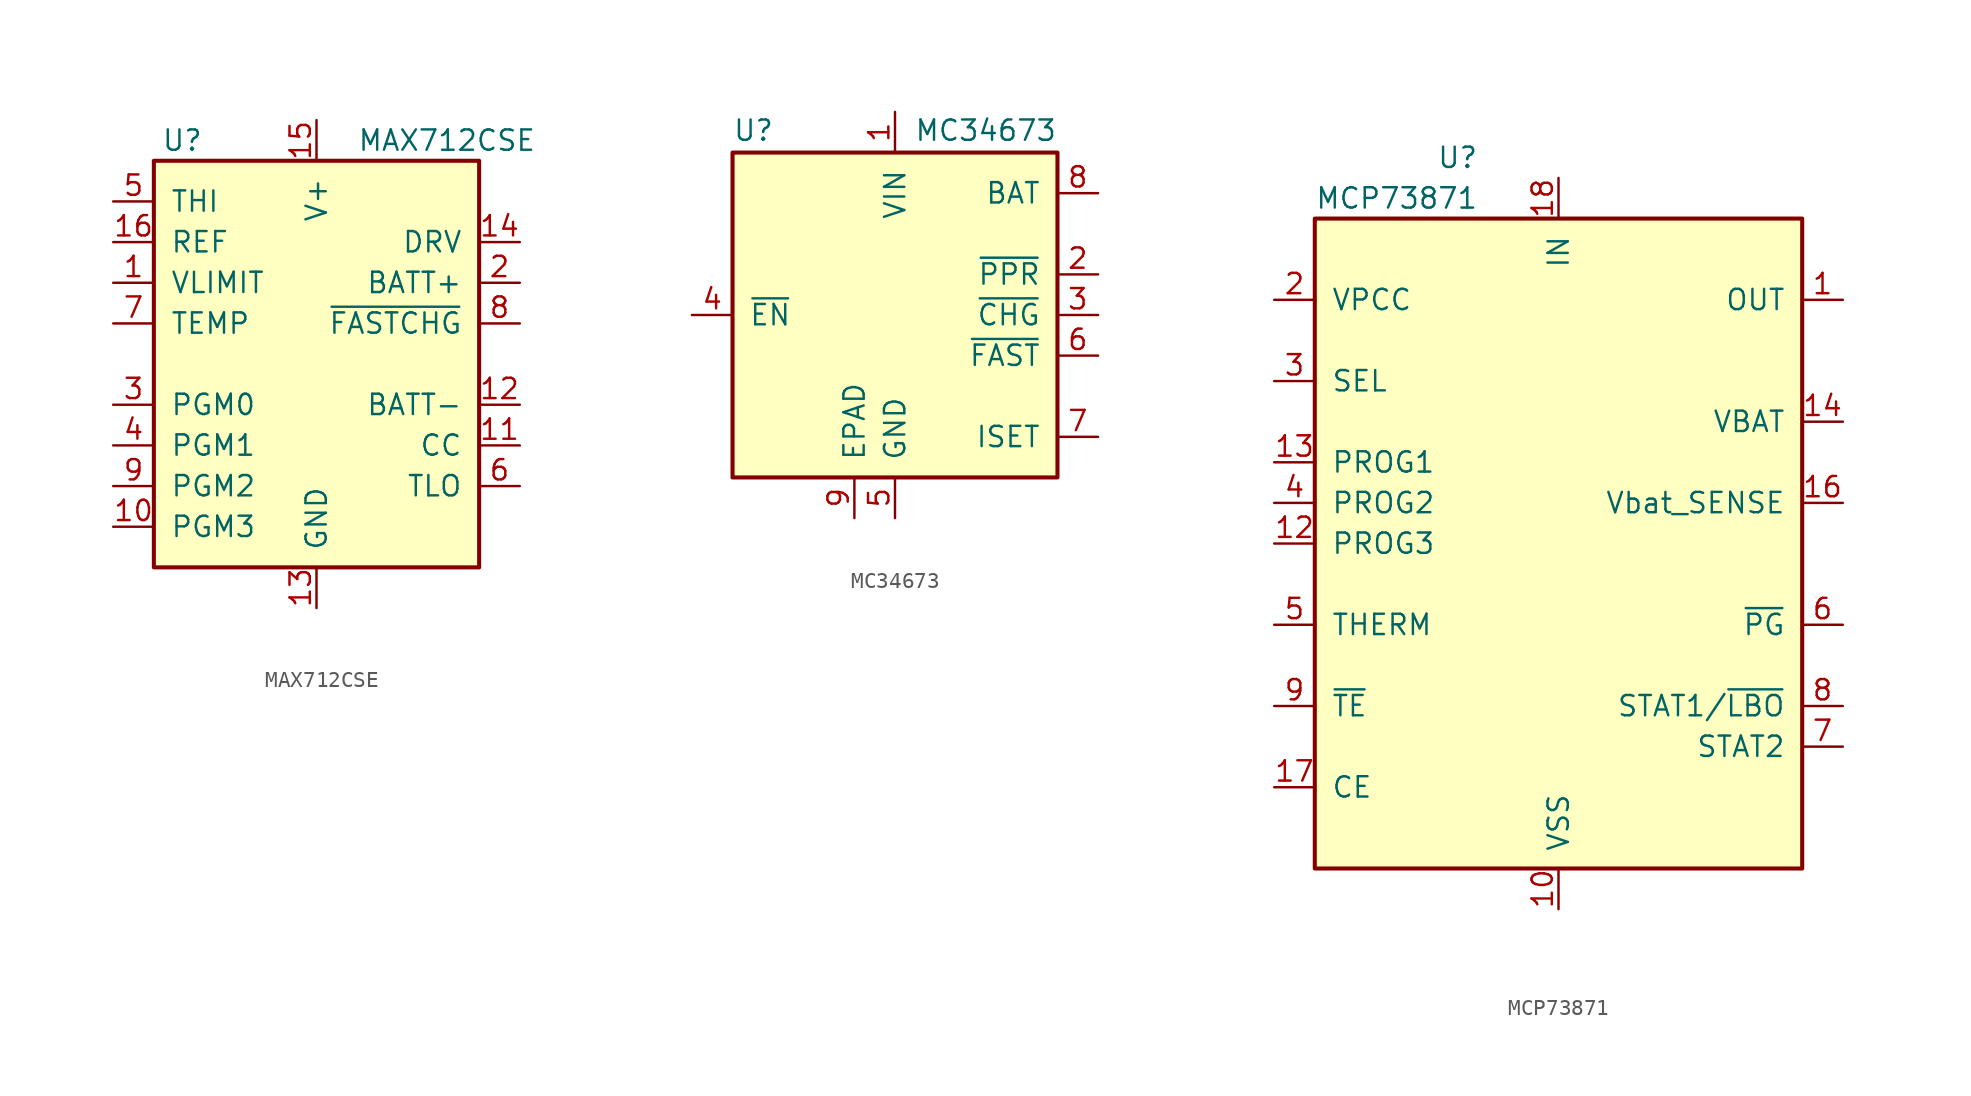
<source format=kicad_sym>
(kicad_symbol_lib
  (version 20201005)
  (generator kicad_symbol_editor)
  (symbol "Battery_Management:MAX712CSE"
    (pin_names
      (offset 1.016))
    (property "Reference" "U"
      (at -8.382 13.97 0)
      (effects (font (size 1.27 1.27))))
    (property "Value" "MAX712CSE"
      (at 2.54 13.97 0)
      (effects (font (size 1.27 1.27)) (justify left)))
    (symbol "MAX712CSE_0_1"
      (rectangle (start -10.16 12.7) (end 10.16 -12.7) (stroke (width 0.254)) (fill (type background))))
    (symbol "MAX712CSE_1_1"
      (pin input line (at -12.7 5.08 0) (length 2.54) (name "VLIMIT" (effects (font (size 1.27 1.27)))) (number "1" (effects (font (size 1.27 1.27)))))
      (pin input line (at -12.7 -10.16 0) (length 2.54) (name "PGM3" (effects (font (size 1.27 1.27)))) (number "10" (effects (font (size 1.27 1.27)))))
      (pin input line (at 12.7 -5.08 180) (length 2.54) (name "CC" (effects (font (size 1.27 1.27)))) (number "11" (effects (font (size 1.27 1.27)))))
      (pin input line (at 12.7 -2.54 180) (length 2.54) (name "BATT-" (effects (font (size 1.27 1.27)))) (number "12" (effects (font (size 1.27 1.27)))))
      (pin power_in line (at 0 -15.24 90) (length 2.54) (name "GND" (effects (font (size 1.27 1.27)))) (number "13" (effects (font (size 1.27 1.27)))))
      (pin output line (at 12.7 7.62 180) (length 2.54) (name "DRV" (effects (font (size 1.27 1.27)))) (number "14" (effects (font (size 1.27 1.27)))))
      (pin power_in line (at 0 15.24 270) (length 2.54) (name "V+" (effects (font (size 1.27 1.27)))) (number "15" (effects (font (size 1.27 1.27)))))
      (pin power_in line (at -12.7 7.62 0) (length 2.54) (name "REF" (effects (font (size 1.27 1.27)))) (number "16" (effects (font (size 1.27 1.27)))))
      (pin power_out line (at 12.7 5.08 180) (length 2.54) (name "BATT+" (effects (font (size 1.27 1.27)))) (number "2" (effects (font (size 1.27 1.27)))))
      (pin power_out line (at -12.7 -2.54 0) (length 2.54) (name "PGM0" (effects (font (size 1.27 1.27)))) (number "3" (effects (font (size 1.27 1.27)))))
      (pin power_out line (at -12.7 -5.08 0) (length 2.54) (name "PGM1" (effects (font (size 1.27 1.27)))) (number "4" (effects (font (size 1.27 1.27)))))
      (pin input line (at -12.7 10.16 0) (length 2.54) (name "THI" (effects (font (size 1.27 1.27)))) (number "5" (effects (font (size 1.27 1.27)))))
      (pin input line (at 12.7 -7.62 180) (length 2.54) (name "TLO" (effects (font (size 1.27 1.27)))) (number "6" (effects (font (size 1.27 1.27)))))
      (pin input line (at -12.7 2.54 0) (length 2.54) (name "TEMP" (effects (font (size 1.27 1.27)))) (number "7" (effects (font (size 1.27 1.27)))))
      (pin open_collector line (at 12.7 2.54 180) (length 2.54) (name "~FASTCHG" (effects (font (size 1.27 1.27)))) (number "8" (effects (font (size 1.27 1.27)))))
      (pin input line (at -12.7 -7.62 0) (length 2.54) (name "PGM2" (effects (font (size 1.27 1.27)))) (number "9" (effects (font (size 1.27 1.27)))))))
  (symbol "Battery_Management:MC34673"
    (pin_names
      (offset 1.016))
    (property "Reference" "U"
      (at -10.16 10.795 0)
      (effects (font (size 1.27 1.27)) (justify left bottom)))
    (property "Value" "MC34673"
      (at 10.16 10.795 0)
      (effects (font (size 1.27 1.27)) (justify right bottom)))
    (symbol "MC34673_0_1"
      (rectangle (start -10.16 10.16) (end 10.16 -10.16) (stroke (width 0.254)) (fill (type background))))
    (symbol "MC34673_1_1"
      (pin power_in line (at 0 12.7 270) (length 2.54) (name "VIN" (effects (font (size 1.27 1.27)))) (number "1" (effects (font (size 1.27 1.27)))))
      (pin open_collector line (at 12.7 2.54 180) (length 2.54) (name "~PPR~" (effects (font (size 1.27 1.27)))) (number "2" (effects (font (size 1.27 1.27)))))
      (pin open_collector line (at 12.7 0 180) (length 2.54) (name "~CHG~" (effects (font (size 1.27 1.27)))) (number "3" (effects (font (size 1.27 1.27)))))
      (pin input line (at -12.7 0 0) (length 2.54) (name "~EN~" (effects (font (size 1.27 1.27)))) (number "4" (effects (font (size 1.27 1.27)))))
      (pin power_in line (at 0 -12.7 90) (length 2.54) (name "GND" (effects (font (size 1.27 1.27)))) (number "5" (effects (font (size 1.27 1.27)))))
      (pin open_collector line (at 12.7 -2.54 180) (length 2.54) (name "~FAST~" (effects (font (size 1.27 1.27)))) (number "6" (effects (font (size 1.27 1.27)))))
      (pin output line (at 12.7 -7.62 180) (length 2.54) (name "ISET" (effects (font (size 1.27 1.27)))) (number "7" (effects (font (size 1.27 1.27)))))
      (pin power_out line (at 12.7 7.62 180) (length 2.54) (name "BAT" (effects (font (size 1.27 1.27)))) (number "8" (effects (font (size 1.27 1.27)))))
      (pin power_in line (at -2.54 -12.7 90) (length 2.54) (name "EPAD" (effects (font (size 1.27 1.27)))) (number "9" (effects (font (size 1.27 1.27)))))))
  (symbol "Battery_Management:MCP73871"
    (pin_names
      (offset 1.016))
    (property "Reference" "U"
      (at -7.62 24.13 0)
      (effects (font (size 1.27 1.27)) (justify left)))
    (property "Value" "MCP73871"
      (at -15.24 21.59 0)
      (effects (font (size 1.27 1.27)) (justify left)))
    (symbol "MCP73871_0_1"
      (rectangle (start -15.24 20.32) (end 15.24 -20.32) (stroke (width 0.254)) (fill (type background))))
    (symbol "MCP73871_1_1"
      (pin power_out line (at 17.78 15.24 180) (length 2.54) (name "OUT" (effects (font (size 1.27 1.27)))) (number "1" (effects (font (size 1.27 1.27)))))
      (pin power_in line (at 0 -22.86 90) (length 2.54) (name "VSS" (effects (font (size 1.27 1.27)))) (number "10" (effects (font (size 1.27 1.27)))))
      (pin passive line (at 0 -22.86 90) (length 2.54) hide (name "VSS" (effects (font (size 1.27 1.27)))) (number "11" (effects (font (size 1.27 1.27)))))
      (pin bidirectional line (at -17.78 0 0) (length 2.54) (name "PROG3" (effects (font (size 1.27 1.27)))) (number "12" (effects (font (size 1.27 1.27)))))
      (pin bidirectional line (at -17.78 5.08 0) (length 2.54) (name "PROG1" (effects (font (size 1.27 1.27)))) (number "13" (effects (font (size 1.27 1.27)))))
      (pin power_out line (at 17.78 7.62 180) (length 2.54) (name "VBAT" (effects (font (size 1.27 1.27)))) (number "14" (effects (font (size 1.27 1.27)))))
      (pin passive line (at 17.78 7.62 180) (length 2.54) hide (name "VBAT" (effects (font (size 1.27 1.27)))) (number "15" (effects (font (size 1.27 1.27)))))
      (pin input line (at 17.78 2.54 180) (length 2.54) (name "Vbat_SENSE" (effects (font (size 1.27 1.27)))) (number "16" (effects (font (size 1.27 1.27)))))
      (pin input line (at -17.78 -15.24 0) (length 2.54) (name "CE" (effects (font (size 1.27 1.27)))) (number "17" (effects (font (size 1.27 1.27)))))
      (pin power_in line (at 0 22.86 270) (length 2.54) (name "IN" (effects (font (size 1.27 1.27)))) (number "18" (effects (font (size 1.27 1.27)))))
      (pin passive line (at 0 22.86 270) (length 2.54) hide (name "IN" (effects (font (size 1.27 1.27)))) (number "19" (effects (font (size 1.27 1.27)))))
      (pin input line (at -17.78 15.24 0) (length 2.54) (name "VPCC" (effects (font (size 1.27 1.27)))) (number "2" (effects (font (size 1.27 1.27)))))
      (pin passive line (at 17.78 15.24 180) (length 2.54) hide (name "OUT" (effects (font (size 1.27 1.27)))) (number "20" (effects (font (size 1.27 1.27)))))
      (pin passive line (at 0 -22.86 90) (length 2.54) hide (name "VSS" (effects (font (size 1.27 1.27)))) (number "21" (effects (font (size 1.27 1.27)))))
      (pin input line (at -17.78 10.16 0) (length 2.54) (name "SEL" (effects (font (size 1.27 1.27)))) (number "3" (effects (font (size 1.27 1.27)))))
      (pin input line (at -17.78 2.54 0) (length 2.54) (name "PROG2" (effects (font (size 1.27 1.27)))) (number "4" (effects (font (size 1.27 1.27)))))
      (pin bidirectional line (at -17.78 -5.08 0) (length 2.54) (name "THERM" (effects (font (size 1.27 1.27)))) (number "5" (effects (font (size 1.27 1.27)))))
      (pin open_collector line (at 17.78 -5.08 180) (length 2.54) (name "~PG~" (effects (font (size 1.27 1.27)))) (number "6" (effects (font (size 1.27 1.27)))))
      (pin open_collector line (at 17.78 -12.7 180) (length 2.54) (name "STAT2" (effects (font (size 1.27 1.27)))) (number "7" (effects (font (size 1.27 1.27)))))
      (pin open_collector line (at 17.78 -10.16 180) (length 2.54) (name "STAT1/~LBO~" (effects (font (size 1.27 1.27)))) (number "8" (effects (font (size 1.27 1.27)))))
      (pin input line (at -17.78 -10.16 0) (length 2.54) (name "~TE" (effects (font (size 1.27 1.27)))) (number "9" (effects (font (size 1.27 1.27))))))))
</source>
